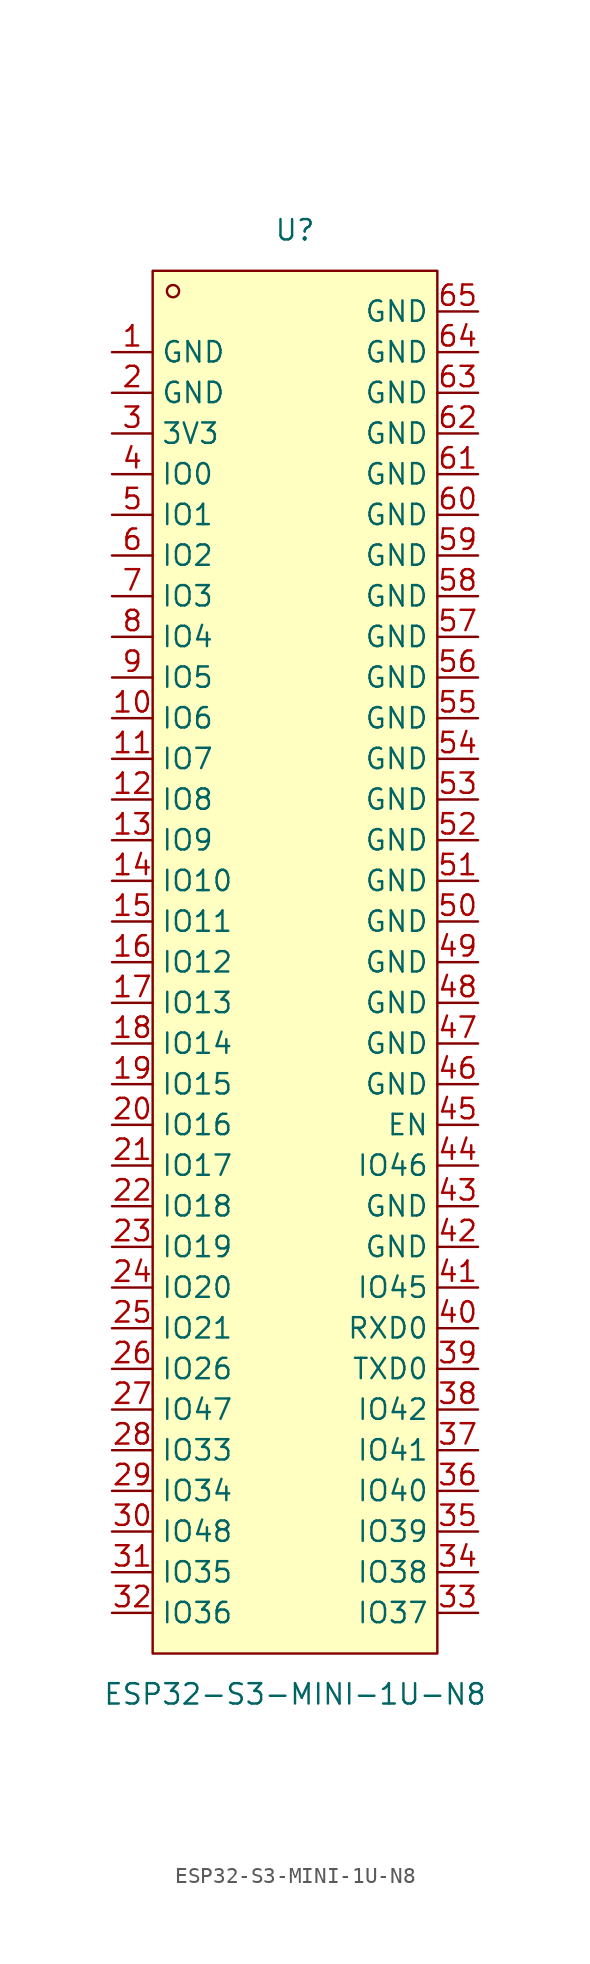
<source format=kicad_sym>
(kicad_symbol_lib
  (version 20211014)
  (generator kicad_symbol_editor)
  (symbol "ESP32-S3-MINI-1U-N8"
    (property "Reference" "U"
      (at 0 45.72 0)
      (effects (font (size 1.27 1.27))))
    (property "Value" "ESP32-S3-MINI-1U-N8"
      (at 0 -45.72 0)
      (effects (font (size 1.27 1.27))))
    (symbol "ESP32-S3-MINI-1U-N8_0_1"
      (rectangle (start -8.89 43.18) (end 8.89 -43.18) (stroke (width 0) (type default) (color 0 0 0 0)) (fill (type background)))
      (circle (center -7.62 41.91) (radius 0.38) (stroke (width 0) (type default) (color 0 0 0 0)) (fill (type none)))
      (pin unspecified line (at -11.43 38.10 0) (length 2.54) (name "GND" (effects (font (size 1.27 1.27)))) (number "1" (effects (font (size 1.27 1.27)))))
      (pin unspecified line (at -11.43 35.56 0) (length 2.54) (name "GND" (effects (font (size 1.27 1.27)))) (number "2" (effects (font (size 1.27 1.27)))))
      (pin unspecified line (at -11.43 33.02 0) (length 2.54) (name "3V3" (effects (font (size 1.27 1.27)))) (number "3" (effects (font (size 1.27 1.27)))))
      (pin unspecified line (at -11.43 30.48 0) (length 2.54) (name "IO0" (effects (font (size 1.27 1.27)))) (number "4" (effects (font (size 1.27 1.27)))))
      (pin unspecified line (at -11.43 27.94 0) (length 2.54) (name "IO1" (effects (font (size 1.27 1.27)))) (number "5" (effects (font (size 1.27 1.27)))))
      (pin unspecified line (at -11.43 25.40 0) (length 2.54) (name "IO2" (effects (font (size 1.27 1.27)))) (number "6" (effects (font (size 1.27 1.27)))))
      (pin unspecified line (at -11.43 22.86 0) (length 2.54) (name "IO3" (effects (font (size 1.27 1.27)))) (number "7" (effects (font (size 1.27 1.27)))))
      (pin unspecified line (at -11.43 20.32 0) (length 2.54) (name "IO4" (effects (font (size 1.27 1.27)))) (number "8" (effects (font (size 1.27 1.27)))))
      (pin unspecified line (at -11.43 17.78 0) (length 2.54) (name "IO5" (effects (font (size 1.27 1.27)))) (number "9" (effects (font (size 1.27 1.27)))))
      (pin unspecified line (at -11.43 15.24 0) (length 2.54) (name "IO6" (effects (font (size 1.27 1.27)))) (number "10" (effects (font (size 1.27 1.27)))))
      (pin unspecified line (at -11.43 12.70 0) (length 2.54) (name "IO7" (effects (font (size 1.27 1.27)))) (number "11" (effects (font (size 1.27 1.27)))))
      (pin unspecified line (at -11.43 10.16 0) (length 2.54) (name "IO8" (effects (font (size 1.27 1.27)))) (number "12" (effects (font (size 1.27 1.27)))))
      (pin unspecified line (at -11.43 7.62 0) (length 2.54) (name "IO9" (effects (font (size 1.27 1.27)))) (number "13" (effects (font (size 1.27 1.27)))))
      (pin unspecified line (at -11.43 5.08 0) (length 2.54) (name "IO10" (effects (font (size 1.27 1.27)))) (number "14" (effects (font (size 1.27 1.27)))))
      (pin unspecified line (at -11.43 2.54 0) (length 2.54) (name "IO11" (effects (font (size 1.27 1.27)))) (number "15" (effects (font (size 1.27 1.27)))))
      (pin unspecified line (at -11.43 -0.00 0) (length 2.54) (name "IO12" (effects (font (size 1.27 1.27)))) (number "16" (effects (font (size 1.27 1.27)))))
      (pin unspecified line (at -11.43 -2.54 0) (length 2.54) (name "IO13" (effects (font (size 1.27 1.27)))) (number "17" (effects (font (size 1.27 1.27)))))
      (pin unspecified line (at -11.43 -5.08 0) (length 2.54) (name "IO14" (effects (font (size 1.27 1.27)))) (number "18" (effects (font (size 1.27 1.27)))))
      (pin unspecified line (at -11.43 -7.62 0) (length 2.54) (name "IO15" (effects (font (size 1.27 1.27)))) (number "19" (effects (font (size 1.27 1.27)))))
      (pin unspecified line (at -11.43 -10.16 0) (length 2.54) (name "IO16" (effects (font (size 1.27 1.27)))) (number "20" (effects (font (size 1.27 1.27)))))
      (pin unspecified line (at -11.43 -12.70 0) (length 2.54) (name "IO17" (effects (font (size 1.27 1.27)))) (number "21" (effects (font (size 1.27 1.27)))))
      (pin unspecified line (at -11.43 -15.24 0) (length 2.54) (name "IO18" (effects (font (size 1.27 1.27)))) (number "22" (effects (font (size 1.27 1.27)))))
      (pin unspecified line (at -11.43 -17.78 0) (length 2.54) (name "IO19" (effects (font (size 1.27 1.27)))) (number "23" (effects (font (size 1.27 1.27)))))
      (pin unspecified line (at -11.43 -20.32 0) (length 2.54) (name "IO20" (effects (font (size 1.27 1.27)))) (number "24" (effects (font (size 1.27 1.27)))))
      (pin unspecified line (at -11.43 -22.86 0) (length 2.54) (name "IO21" (effects (font (size 1.27 1.27)))) (number "25" (effects (font (size 1.27 1.27)))))
      (pin unspecified line (at -11.43 -25.40 0) (length 2.54) (name "IO26" (effects (font (size 1.27 1.27)))) (number "26" (effects (font (size 1.27 1.27)))))
      (pin unspecified line (at -11.43 -27.94 0) (length 2.54) (name "IO47" (effects (font (size 1.27 1.27)))) (number "27" (effects (font (size 1.27 1.27)))))
      (pin unspecified line (at -11.43 -30.48 0) (length 2.54) (name "IO33" (effects (font (size 1.27 1.27)))) (number "28" (effects (font (size 1.27 1.27)))))
      (pin unspecified line (at -11.43 -33.02 0) (length 2.54) (name "IO34" (effects (font (size 1.27 1.27)))) (number "29" (effects (font (size 1.27 1.27)))))
      (pin unspecified line (at -11.43 -35.56 0) (length 2.54) (name "IO48" (effects (font (size 1.27 1.27)))) (number "30" (effects (font (size 1.27 1.27)))))
      (pin unspecified line (at -11.43 -38.10 0) (length 2.54) (name "IO35" (effects (font (size 1.27 1.27)))) (number "31" (effects (font (size 1.27 1.27)))))
      (pin unspecified line (at -11.43 -40.64 0) (length 2.54) (name "IO36" (effects (font (size 1.27 1.27)))) (number "32" (effects (font (size 1.27 1.27)))))
      (pin unspecified line (at 11.43 -40.64 180) (length 2.54) (name "IO37" (effects (font (size 1.27 1.27)))) (number "33" (effects (font (size 1.27 1.27)))))
      (pin unspecified line (at 11.43 -38.10 180) (length 2.54) (name "IO38" (effects (font (size 1.27 1.27)))) (number "34" (effects (font (size 1.27 1.27)))))
      (pin unspecified line (at 11.43 -35.56 180) (length 2.54) (name "IO39" (effects (font (size 1.27 1.27)))) (number "35" (effects (font (size 1.27 1.27)))))
      (pin unspecified line (at 11.43 -33.02 180) (length 2.54) (name "IO40" (effects (font (size 1.27 1.27)))) (number "36" (effects (font (size 1.27 1.27)))))
      (pin unspecified line (at 11.43 -30.48 180) (length 2.54) (name "IO41" (effects (font (size 1.27 1.27)))) (number "37" (effects (font (size 1.27 1.27)))))
      (pin unspecified line (at 11.43 -27.94 180) (length 2.54) (name "IO42" (effects (font (size 1.27 1.27)))) (number "38" (effects (font (size 1.27 1.27)))))
      (pin unspecified line (at 11.43 -25.40 180) (length 2.54) (name "TXD0" (effects (font (size 1.27 1.27)))) (number "39" (effects (font (size 1.27 1.27)))))
      (pin unspecified line (at 11.43 -22.86 180) (length 2.54) (name "RXD0" (effects (font (size 1.27 1.27)))) (number "40" (effects (font (size 1.27 1.27)))))
      (pin unspecified line (at 11.43 -20.32 180) (length 2.54) (name "IO45" (effects (font (size 1.27 1.27)))) (number "41" (effects (font (size 1.27 1.27)))))
      (pin unspecified line (at 11.43 -17.78 180) (length 2.54) (name "GND" (effects (font (size 1.27 1.27)))) (number "42" (effects (font (size 1.27 1.27)))))
      (pin unspecified line (at 11.43 -15.24 180) (length 2.54) (name "GND" (effects (font (size 1.27 1.27)))) (number "43" (effects (font (size 1.27 1.27)))))
      (pin unspecified line (at 11.43 -12.70 180) (length 2.54) (name "IO46" (effects (font (size 1.27 1.27)))) (number "44" (effects (font (size 1.27 1.27)))))
      (pin unspecified line (at 11.43 -10.16 180) (length 2.54) (name "EN" (effects (font (size 1.27 1.27)))) (number "45" (effects (font (size 1.27 1.27)))))
      (pin unspecified line (at 11.43 -7.62 180) (length 2.54) (name "GND" (effects (font (size 1.27 1.27)))) (number "46" (effects (font (size 1.27 1.27)))))
      (pin unspecified line (at 11.43 -5.08 180) (length 2.54) (name "GND" (effects (font (size 1.27 1.27)))) (number "47" (effects (font (size 1.27 1.27)))))
      (pin unspecified line (at 11.43 -2.54 180) (length 2.54) (name "GND" (effects (font (size 1.27 1.27)))) (number "48" (effects (font (size 1.27 1.27)))))
      (pin unspecified line (at 11.43 -0.00 180) (length 2.54) (name "GND" (effects (font (size 1.27 1.27)))) (number "49" (effects (font (size 1.27 1.27)))))
      (pin unspecified line (at 11.43 2.54 180) (length 2.54) (name "GND" (effects (font (size 1.27 1.27)))) (number "50" (effects (font (size 1.27 1.27)))))
      (pin unspecified line (at 11.43 5.08 180) (length 2.54) (name "GND" (effects (font (size 1.27 1.27)))) (number "51" (effects (font (size 1.27 1.27)))))
      (pin unspecified line (at 11.43 7.62 180) (length 2.54) (name "GND" (effects (font (size 1.27 1.27)))) (number "52" (effects (font (size 1.27 1.27)))))
      (pin unspecified line (at 11.43 10.16 180) (length 2.54) (name "GND" (effects (font (size 1.27 1.27)))) (number "53" (effects (font (size 1.27 1.27)))))
      (pin unspecified line (at 11.43 12.70 180) (length 2.54) (name "GND" (effects (font (size 1.27 1.27)))) (number "54" (effects (font (size 1.27 1.27)))))
      (pin unspecified line (at 11.43 15.24 180) (length 2.54) (name "GND" (effects (font (size 1.27 1.27)))) (number "55" (effects (font (size 1.27 1.27)))))
      (pin unspecified line (at 11.43 17.78 180) (length 2.54) (name "GND" (effects (font (size 1.27 1.27)))) (number "56" (effects (font (size 1.27 1.27)))))
      (pin unspecified line (at 11.43 20.32 180) (length 2.54) (name "GND" (effects (font (size 1.27 1.27)))) (number "57" (effects (font (size 1.27 1.27)))))
      (pin unspecified line (at 11.43 22.86 180) (length 2.54) (name "GND" (effects (font (size 1.27 1.27)))) (number "58" (effects (font (size 1.27 1.27)))))
      (pin unspecified line (at 11.43 25.40 180) (length 2.54) (name "GND" (effects (font (size 1.27 1.27)))) (number "59" (effects (font (size 1.27 1.27)))))
      (pin unspecified line (at 11.43 27.94 180) (length 2.54) (name "GND" (effects (font (size 1.27 1.27)))) (number "60" (effects (font (size 1.27 1.27)))))
      (pin unspecified line (at 11.43 30.48 180) (length 2.54) (name "GND" (effects (font (size 1.27 1.27)))) (number "61" (effects (font (size 1.27 1.27)))))
      (pin unspecified line (at 11.43 33.02 180) (length 2.54) (name "GND" (effects (font (size 1.27 1.27)))) (number "62" (effects (font (size 1.27 1.27)))))
      (pin unspecified line (at 11.43 35.56 180) (length 2.54) (name "GND" (effects (font (size 1.27 1.27)))) (number "63" (effects (font (size 1.27 1.27)))))
      (pin unspecified line (at 11.43 38.10 180) (length 2.54) (name "GND" (effects (font (size 1.27 1.27)))) (number "64" (effects (font (size 1.27 1.27)))))
      (pin unspecified line (at 11.43 40.64 180) (length 2.54) (name "GND" (effects (font (size 1.27 1.27)))) (number "65" (effects (font (size 1.27 1.27))))))))
</source>
